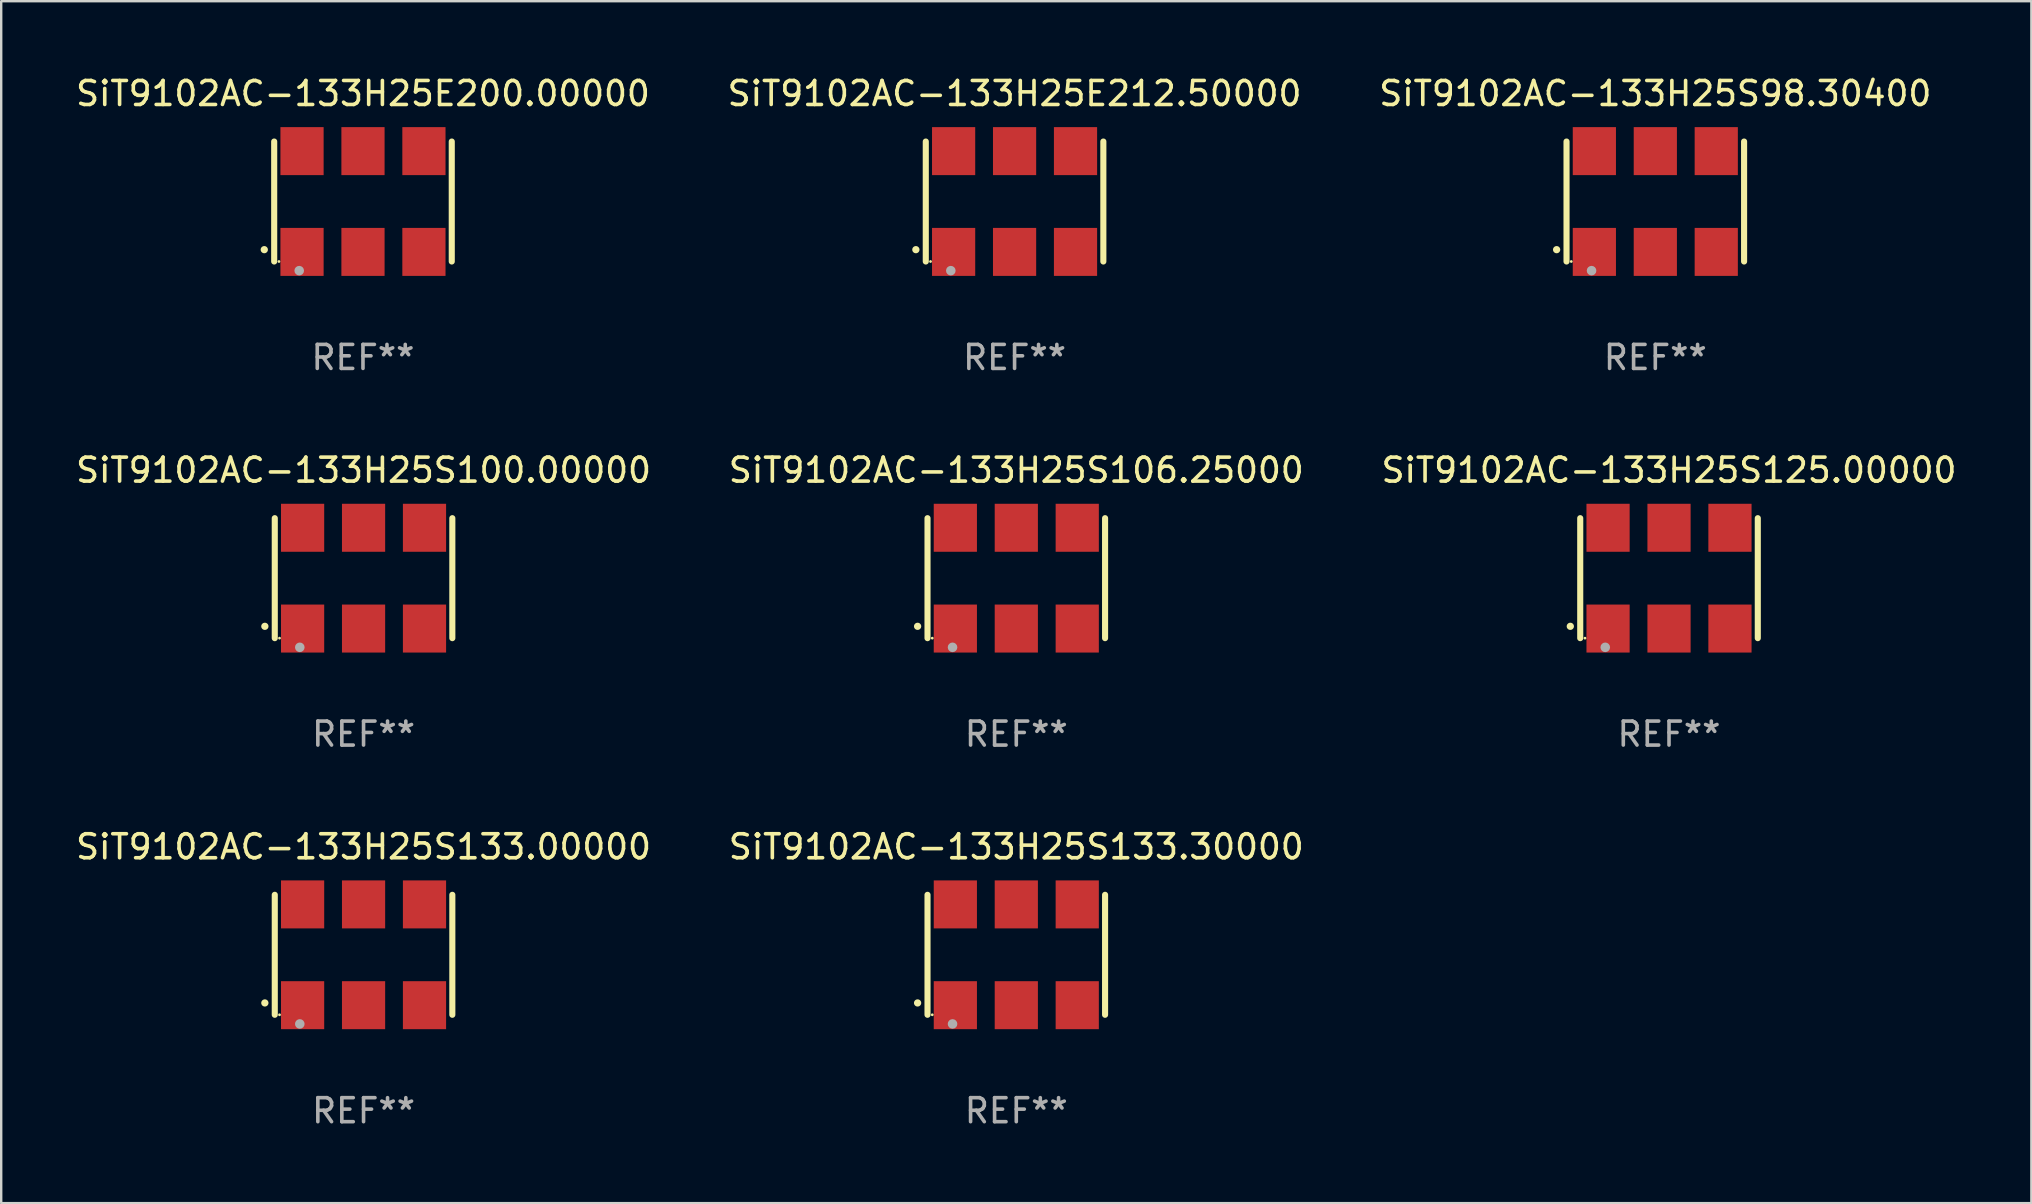
<source format=kicad_pcb>
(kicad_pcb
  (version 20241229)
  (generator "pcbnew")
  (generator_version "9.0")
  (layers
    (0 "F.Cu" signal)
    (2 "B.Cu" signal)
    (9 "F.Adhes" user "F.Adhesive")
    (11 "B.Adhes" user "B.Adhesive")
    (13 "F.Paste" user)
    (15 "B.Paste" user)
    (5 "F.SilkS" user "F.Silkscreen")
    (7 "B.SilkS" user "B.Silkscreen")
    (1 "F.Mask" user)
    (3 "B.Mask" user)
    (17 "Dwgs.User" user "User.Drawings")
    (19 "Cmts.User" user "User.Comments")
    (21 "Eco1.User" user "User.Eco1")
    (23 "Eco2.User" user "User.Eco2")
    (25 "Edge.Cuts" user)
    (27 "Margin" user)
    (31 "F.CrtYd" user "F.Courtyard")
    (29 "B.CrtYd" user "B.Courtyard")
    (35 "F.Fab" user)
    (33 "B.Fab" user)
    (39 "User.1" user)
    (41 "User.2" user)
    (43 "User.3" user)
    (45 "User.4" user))
  (footprint "SiT9102AC-133H25S133.00000"
    (layer "F.Cu")
    (at 12.101 36.741)
    (property "Reference" "SiT9102AC-133H25S133.00000" (at 0 -4.5 0) (layer "F.SilkS") (effects (font (size 1 1) (thickness 0.15))))
    (attr through_hole)
    (fp_line (start -3.7 -2.5) (end -3.7 2.5) (stroke (width 0.254) (type solid)) (layer "F.SilkS"))
    (fp_line (start 3.7 -2.5) (end 3.7 2.5) (stroke (width 0.254) (type solid)) (layer "F.SilkS"))
    (fp_arc (start -4.114415 2.006604) (mid -4.113145 2.006599) (end -4.111875 2.006604) (stroke (width 0.3) (type solid)) (layer "F.SilkS"))
    (fp_circle (center -3.502 2.5) (end -3.472 2.5) (stroke (width 0.06) (type solid)) (fill no) (layer "F.SilkS"))
    (fp_circle (center -2.657 2.882) (end -2.557 2.882) (stroke (width 0.2) (type solid)) (fill no) (layer "F.Fab"))
    (fp_text user "REF**" (at 0 6.5 0) (layer "F.Fab") (effects (font (size 1 1) (thickness 0.15))))
    (pad "1" smd rect (at -2.54 2.1) (size 1.8 2) (layers "F.Cu" "F.Mask" "F.Paste"))
    (pad "2" smd rect (at 0.000394 2.1) (size 1.8 2) (layers "F.Cu" "F.Mask" "F.Paste"))
    (pad "3" smd rect (at 2.54 2.1) (size 1.8 2) (layers "F.Cu" "F.Mask" "F.Paste"))
    (pad "4" smd rect (at 2.54 -2.1) (size 1.8 2) (layers "F.Cu" "F.Mask" "F.Paste"))
    (pad "5" smd rect (at 0.000394 -2.1) (size 1.8 2) (layers "F.Cu" "F.Mask" "F.Paste"))
    (pad "6" smd rect (at -2.54 -2.1) (size 1.8 2) (layers "F.Cu" "F.Mask" "F.Paste")))
  (footprint "SiT9102AC-133H25S133.30000"
    (layer "F.Cu")
    (at 39.304 36.741)
    (property "Reference" "SiT9102AC-133H25S133.30000" (at 0 -4.5 0) (layer "F.SilkS") (effects (font (size 1 1) (thickness 0.15))))
    (attr through_hole)
    (fp_line (start -3.7 -2.5) (end -3.7 2.5) (stroke (width 0.254) (type solid)) (layer "F.SilkS"))
    (fp_line (start 3.7 -2.5) (end 3.7 2.5) (stroke (width 0.254) (type solid)) (layer "F.SilkS"))
    (fp_arc (start -4.114415 2.006604) (mid -4.113145 2.006599) (end -4.111875 2.006604) (stroke (width 0.3) (type solid)) (layer "F.SilkS"))
    (fp_circle (center -3.502 2.5) (end -3.472 2.5) (stroke (width 0.06) (type solid)) (fill no) (layer "F.SilkS"))
    (fp_circle (center -2.657 2.882) (end -2.557 2.882) (stroke (width 0.2) (type solid)) (fill no) (layer "F.Fab"))
    (fp_text user "REF**" (at 0 6.5 0) (layer "F.Fab") (effects (font (size 1 1) (thickness 0.15))))
    (pad "1" smd rect (at -2.54 2.1) (size 1.8 2) (layers "F.Cu" "F.Mask" "F.Paste"))
    (pad "2" smd rect (at 0.000394 2.1) (size 1.8 2) (layers "F.Cu" "F.Mask" "F.Paste"))
    (pad "3" smd rect (at 2.54 2.1) (size 1.8 2) (layers "F.Cu" "F.Mask" "F.Paste"))
    (pad "4" smd rect (at 2.54 -2.1) (size 1.8 2) (layers "F.Cu" "F.Mask" "F.Paste"))
    (pad "5" smd rect (at 0.000394 -2.1) (size 1.8 2) (layers "F.Cu" "F.Mask" "F.Paste"))
    (pad "6" smd rect (at -2.54 -2.1) (size 1.8 2) (layers "F.Cu" "F.Mask" "F.Paste")))
  (footprint "SiT9102AC-133H25S100.00000"
    (layer "F.Cu")
    (at 12.101 21.045)
    (property "Reference" "SiT9102AC-133H25S100.00000" (at 0 -4.5 0) (layer "F.SilkS") (effects (font (size 1 1) (thickness 0.15))))
    (attr through_hole)
    (fp_line (start -3.7 -2.5) (end -3.7 2.5) (stroke (width 0.254) (type solid)) (layer "F.SilkS"))
    (fp_line (start 3.7 -2.5) (end 3.7 2.5) (stroke (width 0.254) (type solid)) (layer "F.SilkS"))
    (fp_arc (start -4.114415 2.006604) (mid -4.113145 2.006599) (end -4.111875 2.006604) (stroke (width 0.3) (type solid)) (layer "F.SilkS"))
    (fp_circle (center -3.502 2.5) (end -3.472 2.5) (stroke (width 0.06) (type solid)) (fill no) (layer "F.SilkS"))
    (fp_circle (center -2.657 2.882) (end -2.557 2.882) (stroke (width 0.2) (type solid)) (fill no) (layer "F.Fab"))
    (fp_text user "REF**" (at 0 6.5 0) (layer "F.Fab") (effects (font (size 1 1) (thickness 0.15))))
    (pad "1" smd rect (at -2.54 2.1) (size 1.8 2) (layers "F.Cu" "F.Mask" "F.Paste"))
    (pad "2" smd rect (at 0.000394 2.1) (size 1.8 2) (layers "F.Cu" "F.Mask" "F.Paste"))
    (pad "3" smd rect (at 2.54 2.1) (size 1.8 2) (layers "F.Cu" "F.Mask" "F.Paste"))
    (pad "4" smd rect (at 2.54 -2.1) (size 1.8 2) (layers "F.Cu" "F.Mask" "F.Paste"))
    (pad "5" smd rect (at 0.000394 -2.1) (size 1.8 2) (layers "F.Cu" "F.Mask" "F.Paste"))
    (pad "6" smd rect (at -2.54 -2.1) (size 1.8 2) (layers "F.Cu" "F.Mask" "F.Paste")))
  (footprint "SiT9102AC-133H25S125.00000"
    (layer "F.Cu")
    (at 66.506 21.045)
    (property "Reference" "SiT9102AC-133H25S125.00000" (at 0 -4.5 0) (layer "F.SilkS") (effects (font (size 1 1) (thickness 0.15))))
    (attr through_hole)
    (fp_line (start -3.7 -2.5) (end -3.7 2.5) (stroke (width 0.254) (type solid)) (layer "F.SilkS"))
    (fp_line (start 3.7 -2.5) (end 3.7 2.5) (stroke (width 0.254) (type solid)) (layer "F.SilkS"))
    (fp_arc (start -4.114415 2.006604) (mid -4.113145 2.006599) (end -4.111875 2.006604) (stroke (width 0.3) (type solid)) (layer "F.SilkS"))
    (fp_circle (center -3.502 2.5) (end -3.472 2.5) (stroke (width 0.06) (type solid)) (fill no) (layer "F.SilkS"))
    (fp_circle (center -2.657 2.882) (end -2.557 2.882) (stroke (width 0.2) (type solid)) (fill no) (layer "F.Fab"))
    (fp_text user "REF**" (at 0 6.5 0) (layer "F.Fab") (effects (font (size 1 1) (thickness 0.15))))
    (pad "1" smd rect (at -2.54 2.1) (size 1.8 2) (layers "F.Cu" "F.Mask" "F.Paste"))
    (pad "2" smd rect (at 0.000394 2.1) (size 1.8 2) (layers "F.Cu" "F.Mask" "F.Paste"))
    (pad "3" smd rect (at 2.54 2.1) (size 1.8 2) (layers "F.Cu" "F.Mask" "F.Paste"))
    (pad "4" smd rect (at 2.54 -2.1) (size 1.8 2) (layers "F.Cu" "F.Mask" "F.Paste"))
    (pad "5" smd rect (at 0.000394 -2.1) (size 1.8 2) (layers "F.Cu" "F.Mask" "F.Paste"))
    (pad "6" smd rect (at -2.54 -2.1) (size 1.8 2) (layers "F.Cu" "F.Mask" "F.Paste")))
  (footprint "SiT9102AC-133H25S106.25000"
    (layer "F.Cu")
    (at 39.304 21.045)
    (property "Reference" "SiT9102AC-133H25S106.25000" (at 0 -4.5 0) (layer "F.SilkS") (effects (font (size 1 1) (thickness 0.15))))
    (attr through_hole)
    (fp_line (start -3.7 -2.5) (end -3.7 2.5) (stroke (width 0.254) (type solid)) (layer "F.SilkS"))
    (fp_line (start 3.7 -2.5) (end 3.7 2.5) (stroke (width 0.254) (type solid)) (layer "F.SilkS"))
    (fp_arc (start -4.114415 2.006604) (mid -4.113145 2.006599) (end -4.111875 2.006604) (stroke (width 0.3) (type solid)) (layer "F.SilkS"))
    (fp_circle (center -3.502 2.5) (end -3.472 2.5) (stroke (width 0.06) (type solid)) (fill no) (layer "F.SilkS"))
    (fp_circle (center -2.657 2.882) (end -2.557 2.882) (stroke (width 0.2) (type solid)) (fill no) (layer "F.Fab"))
    (fp_text user "REF**" (at 0 6.5 0) (layer "F.Fab") (effects (font (size 1 1) (thickness 0.15))))
    (pad "1" smd rect (at -2.54 2.1) (size 1.8 2) (layers "F.Cu" "F.Mask" "F.Paste"))
    (pad "2" smd rect (at 0.000394 2.1) (size 1.8 2) (layers "F.Cu" "F.Mask" "F.Paste"))
    (pad "3" smd rect (at 2.54 2.1) (size 1.8 2) (layers "F.Cu" "F.Mask" "F.Paste"))
    (pad "4" smd rect (at 2.54 -2.1) (size 1.8 2) (layers "F.Cu" "F.Mask" "F.Paste"))
    (pad "5" smd rect (at 0.000394 -2.1) (size 1.8 2) (layers "F.Cu" "F.Mask" "F.Paste"))
    (pad "6" smd rect (at -2.54 -2.1) (size 1.8 2) (layers "F.Cu" "F.Mask" "F.Paste")))
  (footprint "SiT9102AC-133H25S98.30400"
    (layer "F.Cu")
    (at 65.935 5.348)
    (property "Reference" "SiT9102AC-133H25S98.30400" (at 0 -4.5 0) (layer "F.SilkS") (effects (font (size 1 1) (thickness 0.15))))
    (attr through_hole)
    (fp_line (start -3.7 -2.5) (end -3.7 2.5) (stroke (width 0.254) (type solid)) (layer "F.SilkS"))
    (fp_line (start 3.7 -2.5) (end 3.7 2.5) (stroke (width 0.254) (type solid)) (layer "F.SilkS"))
    (fp_arc (start -4.114415 2.006604) (mid -4.113145 2.006599) (end -4.111875 2.006604) (stroke (width 0.3) (type solid)) (layer "F.SilkS"))
    (fp_circle (center -3.502 2.5) (end -3.472 2.5) (stroke (width 0.06) (type solid)) (fill no) (layer "F.SilkS"))
    (fp_circle (center -2.657 2.882) (end -2.557 2.882) (stroke (width 0.2) (type solid)) (fill no) (layer "F.Fab"))
    (fp_text user "REF**" (at 0 6.5 0) (layer "F.Fab") (effects (font (size 1 1) (thickness 0.15))))
    (pad "1" smd rect (at -2.54 2.1) (size 1.8 2) (layers "F.Cu" "F.Mask" "F.Paste"))
    (pad "2" smd rect (at 0.000394 2.1) (size 1.8 2) (layers "F.Cu" "F.Mask" "F.Paste"))
    (pad "3" smd rect (at 2.54 2.1) (size 1.8 2) (layers "F.Cu" "F.Mask" "F.Paste"))
    (pad "4" smd rect (at 2.54 -2.1) (size 1.8 2) (layers "F.Cu" "F.Mask" "F.Paste"))
    (pad "5" smd rect (at 0.000394 -2.1) (size 1.8 2) (layers "F.Cu" "F.Mask" "F.Paste"))
    (pad "6" smd rect (at -2.54 -2.1) (size 1.8 2) (layers "F.Cu" "F.Mask" "F.Paste")))
  (footprint "SiT9102AC-133H25E200.00000"
    (layer "F.Cu")
    (at 12.077 5.348)
    (property "Reference" "SiT9102AC-133H25E200.00000" (at 0 -4.5 0) (layer "F.SilkS") (effects (font (size 1 1) (thickness 0.15))))
    (attr through_hole)
    (fp_line (start -3.7 -2.5) (end -3.7 2.5) (stroke (width 0.254) (type solid)) (layer "F.SilkS"))
    (fp_line (start 3.7 -2.5) (end 3.7 2.5) (stroke (width 0.254) (type solid)) (layer "F.SilkS"))
    (fp_arc (start -4.114415 2.006604) (mid -4.113145 2.006599) (end -4.111875 2.006604) (stroke (width 0.3) (type solid)) (layer "F.SilkS"))
    (fp_circle (center -3.502 2.5) (end -3.472 2.5) (stroke (width 0.06) (type solid)) (fill no) (layer "F.SilkS"))
    (fp_circle (center -2.657 2.882) (end -2.557 2.882) (stroke (width 0.2) (type solid)) (fill no) (layer "F.Fab"))
    (fp_text user "REF**" (at 0 6.5 0) (layer "F.Fab") (effects (font (size 1 1) (thickness 0.15))))
    (pad "1" smd rect (at -2.54 2.1) (size 1.8 2) (layers "F.Cu" "F.Mask" "F.Paste"))
    (pad "2" smd rect (at 0.000394 2.1) (size 1.8 2) (layers "F.Cu" "F.Mask" "F.Paste"))
    (pad "3" smd rect (at 2.54 2.1) (size 1.8 2) (layers "F.Cu" "F.Mask" "F.Paste"))
    (pad "4" smd rect (at 2.54 -2.1) (size 1.8 2) (layers "F.Cu" "F.Mask" "F.Paste"))
    (pad "5" smd rect (at 0.000394 -2.1) (size 1.8 2) (layers "F.Cu" "F.Mask" "F.Paste"))
    (pad "6" smd rect (at -2.54 -2.1) (size 1.8 2) (layers "F.Cu" "F.Mask" "F.Paste")))
  (footprint "SiT9102AC-133H25E212.50000"
    (layer "F.Cu")
    (at 39.232 5.348)
    (property "Reference" "SiT9102AC-133H25E212.50000" (at 0 -4.5 0) (layer "F.SilkS") (effects (font (size 1 1) (thickness 0.15))))
    (attr through_hole)
    (fp_line (start -3.7 -2.5) (end -3.7 2.5) (stroke (width 0.254) (type solid)) (layer "F.SilkS"))
    (fp_line (start 3.7 -2.5) (end 3.7 2.5) (stroke (width 0.254) (type solid)) (layer "F.SilkS"))
    (fp_arc (start -4.114415 2.006604) (mid -4.113145 2.006599) (end -4.111875 2.006604) (stroke (width 0.3) (type solid)) (layer "F.SilkS"))
    (fp_circle (center -3.502 2.5) (end -3.472 2.5) (stroke (width 0.06) (type solid)) (fill no) (layer "F.SilkS"))
    (fp_circle (center -2.657 2.882) (end -2.557 2.882) (stroke (width 0.2) (type solid)) (fill no) (layer "F.Fab"))
    (fp_text user "REF**" (at 0 6.5 0) (layer "F.Fab") (effects (font (size 1 1) (thickness 0.15))))
    (pad "1" smd rect (at -2.54 2.1) (size 1.8 2) (layers "F.Cu" "F.Mask" "F.Paste"))
    (pad "2" smd rect (at 0.000394 2.1) (size 1.8 2) (layers "F.Cu" "F.Mask" "F.Paste"))
    (pad "3" smd rect (at 2.54 2.1) (size 1.8 2) (layers "F.Cu" "F.Mask" "F.Paste"))
    (pad "4" smd rect (at 2.54 -2.1) (size 1.8 2) (layers "F.Cu" "F.Mask" "F.Paste"))
    (pad "5" smd rect (at 0.000394 -2.1) (size 1.8 2) (layers "F.Cu" "F.Mask" "F.Paste"))
    (pad "6" smd rect (at -2.54 -2.1) (size 1.8 2) (layers "F.Cu" "F.Mask" "F.Paste")))
  (gr_rect
    (start -3 -3)
    (end 81.607 47.09)
    (stroke (width 0.1) (type default))
    (fill no)
    (layer "Edge.Cuts")))
</source>
